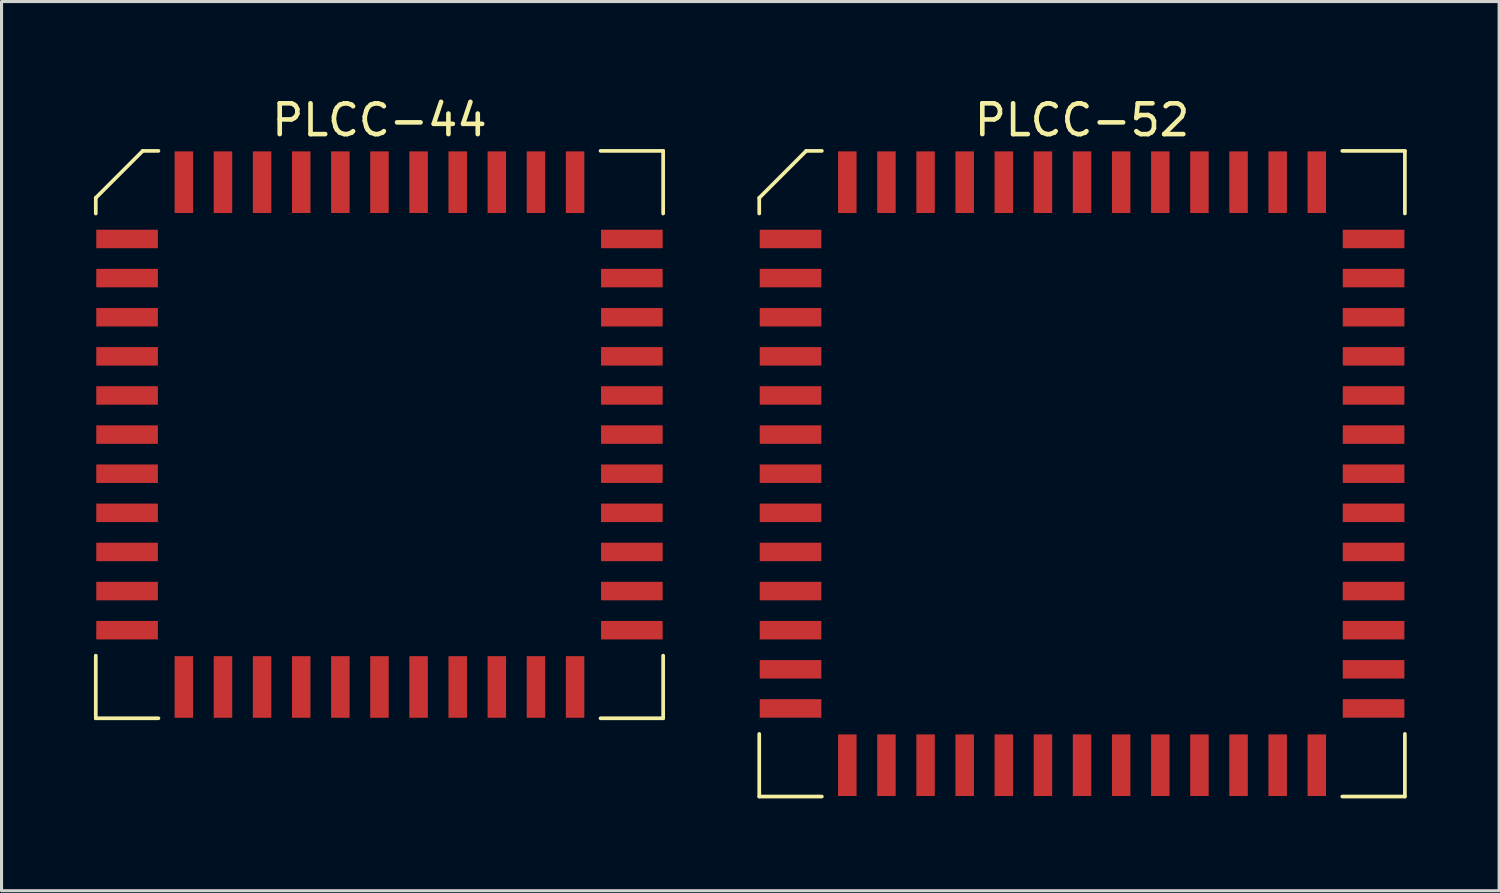
<source format=kicad_pcb>
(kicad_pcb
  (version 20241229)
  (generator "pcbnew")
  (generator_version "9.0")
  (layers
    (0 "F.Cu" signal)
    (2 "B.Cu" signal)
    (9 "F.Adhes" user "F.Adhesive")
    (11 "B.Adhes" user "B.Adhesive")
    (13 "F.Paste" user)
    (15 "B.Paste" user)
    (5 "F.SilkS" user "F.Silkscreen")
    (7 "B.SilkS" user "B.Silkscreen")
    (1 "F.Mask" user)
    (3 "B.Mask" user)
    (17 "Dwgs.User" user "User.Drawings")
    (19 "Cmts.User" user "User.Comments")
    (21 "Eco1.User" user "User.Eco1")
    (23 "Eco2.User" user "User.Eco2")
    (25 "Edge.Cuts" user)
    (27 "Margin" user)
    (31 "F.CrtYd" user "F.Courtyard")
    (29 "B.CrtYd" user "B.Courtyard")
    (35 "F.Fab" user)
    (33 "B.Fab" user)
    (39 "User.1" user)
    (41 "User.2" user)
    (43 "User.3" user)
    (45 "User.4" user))
  (footprint "PLCC-44"
    (layer "F.Cu")
    (at 9.268 11.057)
    (property "Reference" "PLCC-44" (at 0 -10.209 0) (layer "F.SilkS") (effects (font (size 1 1) (thickness 0.15))))
    (attr smd)
    (fp_line (start -9.209 -7.684) (end -7.684 -9.209) (stroke (width 0.12) (type solid)) (layer "F.SilkS"))
    (fp_line (start -9.209 -7.176) (end -9.209 -7.684) (stroke (width 0.12) (type solid)) (layer "F.SilkS"))
    (fp_line (start -9.209 9.209) (end -9.209 7.176) (stroke (width 0.12) (type solid)) (layer "F.SilkS"))
    (fp_line (start -7.684 -9.209) (end -7.176 -9.209) (stroke (width 0.12) (type solid)) (layer "F.SilkS"))
    (fp_line (start -7.176 9.209) (end -9.209 9.209) (stroke (width 0.12) (type solid)) (layer "F.SilkS"))
    (fp_line (start 7.176 -9.209) (end 9.209 -9.209) (stroke (width 0.12) (type solid)) (layer "F.SilkS"))
    (fp_line (start 9.209 -9.209) (end 9.209 -7.176) (stroke (width 0.12) (type solid)) (layer "F.SilkS"))
    (fp_line (start 9.209 7.176) (end 9.209 9.209) (stroke (width 0.12) (type solid)) (layer "F.SilkS"))
    (fp_line (start 9.209 9.209) (end 7.176 9.209) (stroke (width 0.12) (type solid)) (layer "F.SilkS"))
    (pad "1" smd rect (at 0 -8.193) (size 0.6 2) (layers "F.Cu" "F.Mask" "F.Paste"))
    (pad "2" smd rect (at -1.27 -8.193) (size 0.6 2) (layers "F.Cu" "F.Mask" "F.Paste"))
    (pad "3" smd rect (at -2.54 -8.193) (size 0.6 2) (layers "F.Cu" "F.Mask" "F.Paste"))
    (pad "4" smd rect (at -3.81 -8.193) (size 0.6 2) (layers "F.Cu" "F.Mask" "F.Paste"))
    (pad "5" smd rect (at -5.08 -8.193) (size 0.6 2) (layers "F.Cu" "F.Mask" "F.Paste"))
    (pad "6" smd rect (at -6.35 -8.193) (size 0.6 2) (layers "F.Cu" "F.Mask" "F.Paste"))
    (pad "7" smd rect (at -8.193 -6.35) (size 2 0.6) (layers "F.Cu" "F.Mask" "F.Paste"))
    (pad "8" smd rect (at -8.193 -5.08) (size 2 0.6) (layers "F.Cu" "F.Mask" "F.Paste"))
    (pad "9" smd rect (at -8.193 -3.81) (size 2 0.6) (layers "F.Cu" "F.Mask" "F.Paste"))
    (pad "10" smd rect (at -8.193 -2.54) (size 2 0.6) (layers "F.Cu" "F.Mask" "F.Paste"))
    (pad "11" smd rect (at -8.193 -1.27) (size 2 0.6) (layers "F.Cu" "F.Mask" "F.Paste"))
    (pad "12" smd rect (at -8.193 0) (size 2 0.6) (layers "F.Cu" "F.Mask" "F.Paste"))
    (pad "13" smd rect (at -8.193 1.27) (size 2 0.6) (layers "F.Cu" "F.Mask" "F.Paste"))
    (pad "14" smd rect (at -8.193 2.54) (size 2 0.6) (layers "F.Cu" "F.Mask" "F.Paste"))
    (pad "15" smd rect (at -8.193 3.81) (size 2 0.6) (layers "F.Cu" "F.Mask" "F.Paste"))
    (pad "16" smd rect (at -8.193 5.08) (size 2 0.6) (layers "F.Cu" "F.Mask" "F.Paste"))
    (pad "17" smd rect (at -8.193 6.35) (size 2 0.6) (layers "F.Cu" "F.Mask" "F.Paste"))
    (pad "18" smd rect (at -6.35 8.193) (size 0.6 2) (layers "F.Cu" "F.Mask" "F.Paste"))
    (pad "19" smd rect (at -5.08 8.193) (size 0.6 2) (layers "F.Cu" "F.Mask" "F.Paste"))
    (pad "20" smd rect (at -3.81 8.193) (size 0.6 2) (layers "F.Cu" "F.Mask" "F.Paste"))
    (pad "21" smd rect (at -2.54 8.193) (size 0.6 2) (layers "F.Cu" "F.Mask" "F.Paste"))
    (pad "22" smd rect (at -1.27 8.193) (size 0.6 2) (layers "F.Cu" "F.Mask" "F.Paste"))
    (pad "23" smd rect (at 0 8.193) (size 0.6 2) (layers "F.Cu" "F.Mask" "F.Paste"))
    (pad "24" smd rect (at 1.27 8.193) (size 0.6 2) (layers "F.Cu" "F.Mask" "F.Paste"))
    (pad "25" smd rect (at 2.54 8.193) (size 0.6 2) (layers "F.Cu" "F.Mask" "F.Paste"))
    (pad "26" smd rect (at 3.81 8.193) (size 0.6 2) (layers "F.Cu" "F.Mask" "F.Paste"))
    (pad "27" smd rect (at 5.08 8.193) (size 0.6 2) (layers "F.Cu" "F.Mask" "F.Paste"))
    (pad "28" smd rect (at 6.35 8.193) (size 0.6 2) (layers "F.Cu" "F.Mask" "F.Paste"))
    (pad "29" smd rect (at 8.193 6.35) (size 2 0.6) (layers "F.Cu" "F.Mask" "F.Paste"))
    (pad "30" smd rect (at 8.193 5.08) (size 2 0.6) (layers "F.Cu" "F.Mask" "F.Paste"))
    (pad "31" smd rect (at 8.193 3.81) (size 2 0.6) (layers "F.Cu" "F.Mask" "F.Paste"))
    (pad "32" smd rect (at 8.193 2.54) (size 2 0.6) (layers "F.Cu" "F.Mask" "F.Paste"))
    (pad "33" smd rect (at 8.193 1.27) (size 2 0.6) (layers "F.Cu" "F.Mask" "F.Paste"))
    (pad "34" smd rect (at 8.193 0) (size 2 0.6) (layers "F.Cu" "F.Mask" "F.Paste"))
    (pad "35" smd rect (at 8.193 -1.27) (size 2 0.6) (layers "F.Cu" "F.Mask" "F.Paste"))
    (pad "36" smd rect (at 8.193 -2.54) (size 2 0.6) (layers "F.Cu" "F.Mask" "F.Paste"))
    (pad "37" smd rect (at 8.193 -3.81) (size 2 0.6) (layers "F.Cu" "F.Mask" "F.Paste"))
    (pad "38" smd rect (at 8.193 -5.08) (size 2 0.6) (layers "F.Cu" "F.Mask" "F.Paste"))
    (pad "39" smd rect (at 8.193 -6.35) (size 2 0.6) (layers "F.Cu" "F.Mask" "F.Paste"))
    (pad "40" smd rect (at 6.35 -8.193) (size 0.6 2) (layers "F.Cu" "F.Mask" "F.Paste"))
    (pad "41" smd rect (at 5.08 -8.193) (size 0.6 2) (layers "F.Cu" "F.Mask" "F.Paste"))
    (pad "42" smd rect (at 3.81 -8.193) (size 0.6 2) (layers "F.Cu" "F.Mask" "F.Paste"))
    (pad "43" smd rect (at 2.54 -8.193) (size 0.6 2) (layers "F.Cu" "F.Mask" "F.Paste"))
    (pad "44" smd rect (at 1.27 -8.193) (size 0.6 2) (layers "F.Cu" "F.Mask" "F.Paste")))
  (footprint "PLCC-52"
    (layer "F.Cu")
    (at 32.075 12.327)
    (property "Reference" "PLCC-52" (at 0 -11.479 0) (layer "F.SilkS") (effects (font (size 1 1) (thickness 0.15))))
    (attr smd)
    (fp_line (start -10.479 -8.954) (end -8.954 -10.479) (stroke (width 0.12) (type solid)) (layer "F.SilkS"))
    (fp_line (start -10.479 -8.447) (end -10.479 -8.954) (stroke (width 0.12) (type solid)) (layer "F.SilkS"))
    (fp_line (start -10.479 10.479) (end -10.479 8.447) (stroke (width 0.12) (type solid)) (layer "F.SilkS"))
    (fp_line (start -8.954 -10.479) (end -8.447 -10.479) (stroke (width 0.12) (type solid)) (layer "F.SilkS"))
    (fp_line (start -8.447 10.479) (end -10.479 10.479) (stroke (width 0.12) (type solid)) (layer "F.SilkS"))
    (fp_line (start 8.447 -10.479) (end 10.479 -10.479) (stroke (width 0.12) (type solid)) (layer "F.SilkS"))
    (fp_line (start 10.479 -10.479) (end 10.479 -8.447) (stroke (width 0.12) (type solid)) (layer "F.SilkS"))
    (fp_line (start 10.479 8.447) (end 10.479 10.479) (stroke (width 0.12) (type solid)) (layer "F.SilkS"))
    (fp_line (start 10.479 10.479) (end 8.447 10.479) (stroke (width 0.12) (type solid)) (layer "F.SilkS"))
    (pad "1" smd rect (at 0 -9.463) (size 0.6 2) (layers "F.Cu" "F.Mask" "F.Paste"))
    (pad "2" smd rect (at -1.27 -9.463) (size 0.6 2) (layers "F.Cu" "F.Mask" "F.Paste"))
    (pad "3" smd rect (at -2.54 -9.463) (size 0.6 2) (layers "F.Cu" "F.Mask" "F.Paste"))
    (pad "4" smd rect (at -3.81 -9.463) (size 0.6 2) (layers "F.Cu" "F.Mask" "F.Paste"))
    (pad "5" smd rect (at -5.08 -9.463) (size 0.6 2) (layers "F.Cu" "F.Mask" "F.Paste"))
    (pad "6" smd rect (at -6.35 -9.463) (size 0.6 2) (layers "F.Cu" "F.Mask" "F.Paste"))
    (pad "7" smd rect (at -7.62 -9.463) (size 0.6 2) (layers "F.Cu" "F.Mask" "F.Paste"))
    (pad "8" smd rect (at -9.463 -7.62) (size 2 0.6) (layers "F.Cu" "F.Mask" "F.Paste"))
    (pad "9" smd rect (at -9.463 -6.35) (size 2 0.6) (layers "F.Cu" "F.Mask" "F.Paste"))
    (pad "10" smd rect (at -9.463 -5.08) (size 2 0.6) (layers "F.Cu" "F.Mask" "F.Paste"))
    (pad "11" smd rect (at -9.463 -3.81) (size 2 0.6) (layers "F.Cu" "F.Mask" "F.Paste"))
    (pad "12" smd rect (at -9.463 -2.54) (size 2 0.6) (layers "F.Cu" "F.Mask" "F.Paste"))
    (pad "13" smd rect (at -9.463 -1.27) (size 2 0.6) (layers "F.Cu" "F.Mask" "F.Paste"))
    (pad "14" smd rect (at -9.463 0) (size 2 0.6) (layers "F.Cu" "F.Mask" "F.Paste"))
    (pad "15" smd rect (at -9.463 1.27) (size 2 0.6) (layers "F.Cu" "F.Mask" "F.Paste"))
    (pad "16" smd rect (at -9.463 2.54) (size 2 0.6) (layers "F.Cu" "F.Mask" "F.Paste"))
    (pad "17" smd rect (at -9.463 3.81) (size 2 0.6) (layers "F.Cu" "F.Mask" "F.Paste"))
    (pad "18" smd rect (at -9.463 5.08) (size 2 0.6) (layers "F.Cu" "F.Mask" "F.Paste"))
    (pad "19" smd rect (at -9.463 6.35) (size 2 0.6) (layers "F.Cu" "F.Mask" "F.Paste"))
    (pad "20" smd rect (at -9.463 7.62) (size 2 0.6) (layers "F.Cu" "F.Mask" "F.Paste"))
    (pad "21" smd rect (at -7.62 9.463) (size 0.6 2) (layers "F.Cu" "F.Mask" "F.Paste"))
    (pad "22" smd rect (at -6.35 9.463) (size 0.6 2) (layers "F.Cu" "F.Mask" "F.Paste"))
    (pad "23" smd rect (at -5.08 9.463) (size 0.6 2) (layers "F.Cu" "F.Mask" "F.Paste"))
    (pad "24" smd rect (at -3.81 9.463) (size 0.6 2) (layers "F.Cu" "F.Mask" "F.Paste"))
    (pad "25" smd rect (at -2.54 9.463) (size 0.6 2) (layers "F.Cu" "F.Mask" "F.Paste"))
    (pad "26" smd rect (at -1.27 9.463) (size 0.6 2) (layers "F.Cu" "F.Mask" "F.Paste"))
    (pad "27" smd rect (at 0 9.463) (size 0.6 2) (layers "F.Cu" "F.Mask" "F.Paste"))
    (pad "28" smd rect (at 1.27 9.463) (size 0.6 2) (layers "F.Cu" "F.Mask" "F.Paste"))
    (pad "29" smd rect (at 2.54 9.463) (size 0.6 2) (layers "F.Cu" "F.Mask" "F.Paste"))
    (pad "30" smd rect (at 3.81 9.463) (size 0.6 2) (layers "F.Cu" "F.Mask" "F.Paste"))
    (pad "31" smd rect (at 5.08 9.463) (size 0.6 2) (layers "F.Cu" "F.Mask" "F.Paste"))
    (pad "32" smd rect (at 6.35 9.463) (size 0.6 2) (layers "F.Cu" "F.Mask" "F.Paste"))
    (pad "33" smd rect (at 7.62 9.463) (size 0.6 2) (layers "F.Cu" "F.Mask" "F.Paste"))
    (pad "34" smd rect (at 9.463 7.62) (size 2 0.6) (layers "F.Cu" "F.Mask" "F.Paste"))
    (pad "35" smd rect (at 9.463 6.35) (size 2 0.6) (layers "F.Cu" "F.Mask" "F.Paste"))
    (pad "36" smd rect (at 9.463 5.08) (size 2 0.6) (layers "F.Cu" "F.Mask" "F.Paste"))
    (pad "37" smd rect (at 9.463 3.81) (size 2 0.6) (layers "F.Cu" "F.Mask" "F.Paste"))
    (pad "38" smd rect (at 9.463 2.54) (size 2 0.6) (layers "F.Cu" "F.Mask" "F.Paste"))
    (pad "39" smd rect (at 9.463 1.27) (size 2 0.6) (layers "F.Cu" "F.Mask" "F.Paste"))
    (pad "40" smd rect (at 9.463 0) (size 2 0.6) (layers "F.Cu" "F.Mask" "F.Paste"))
    (pad "41" smd rect (at 9.463 -1.27) (size 2 0.6) (layers "F.Cu" "F.Mask" "F.Paste"))
    (pad "42" smd rect (at 9.463 -2.54) (size 2 0.6) (layers "F.Cu" "F.Mask" "F.Paste"))
    (pad "43" smd rect (at 9.463 -3.81) (size 2 0.6) (layers "F.Cu" "F.Mask" "F.Paste"))
    (pad "44" smd rect (at 9.463 -5.08) (size 2 0.6) (layers "F.Cu" "F.Mask" "F.Paste"))
    (pad "45" smd rect (at 9.463 -6.35) (size 2 0.6) (layers "F.Cu" "F.Mask" "F.Paste"))
    (pad "46" smd rect (at 9.463 -7.62) (size 2 0.6) (layers "F.Cu" "F.Mask" "F.Paste"))
    (pad "47" smd rect (at 7.62 -9.463) (size 0.6 2) (layers "F.Cu" "F.Mask" "F.Paste"))
    (pad "48" smd rect (at 6.35 -9.463) (size 0.6 2) (layers "F.Cu" "F.Mask" "F.Paste"))
    (pad "49" smd rect (at 5.08 -9.463) (size 0.6 2) (layers "F.Cu" "F.Mask" "F.Paste"))
    (pad "50" smd rect (at 3.81 -9.463) (size 0.6 2) (layers "F.Cu" "F.Mask" "F.Paste"))
    (pad "51" smd rect (at 2.54 -9.463) (size 0.6 2) (layers "F.Cu" "F.Mask" "F.Paste"))
    (pad "52" smd rect (at 1.27 -9.463) (size 0.6 2) (layers "F.Cu" "F.Mask" "F.Paste")))
  (gr_rect
    (start -3 -3)
    (end 45.614 25.865)
    (stroke (width 0.1) (type default))
    (fill no)
    (layer "Edge.Cuts")))
</source>
